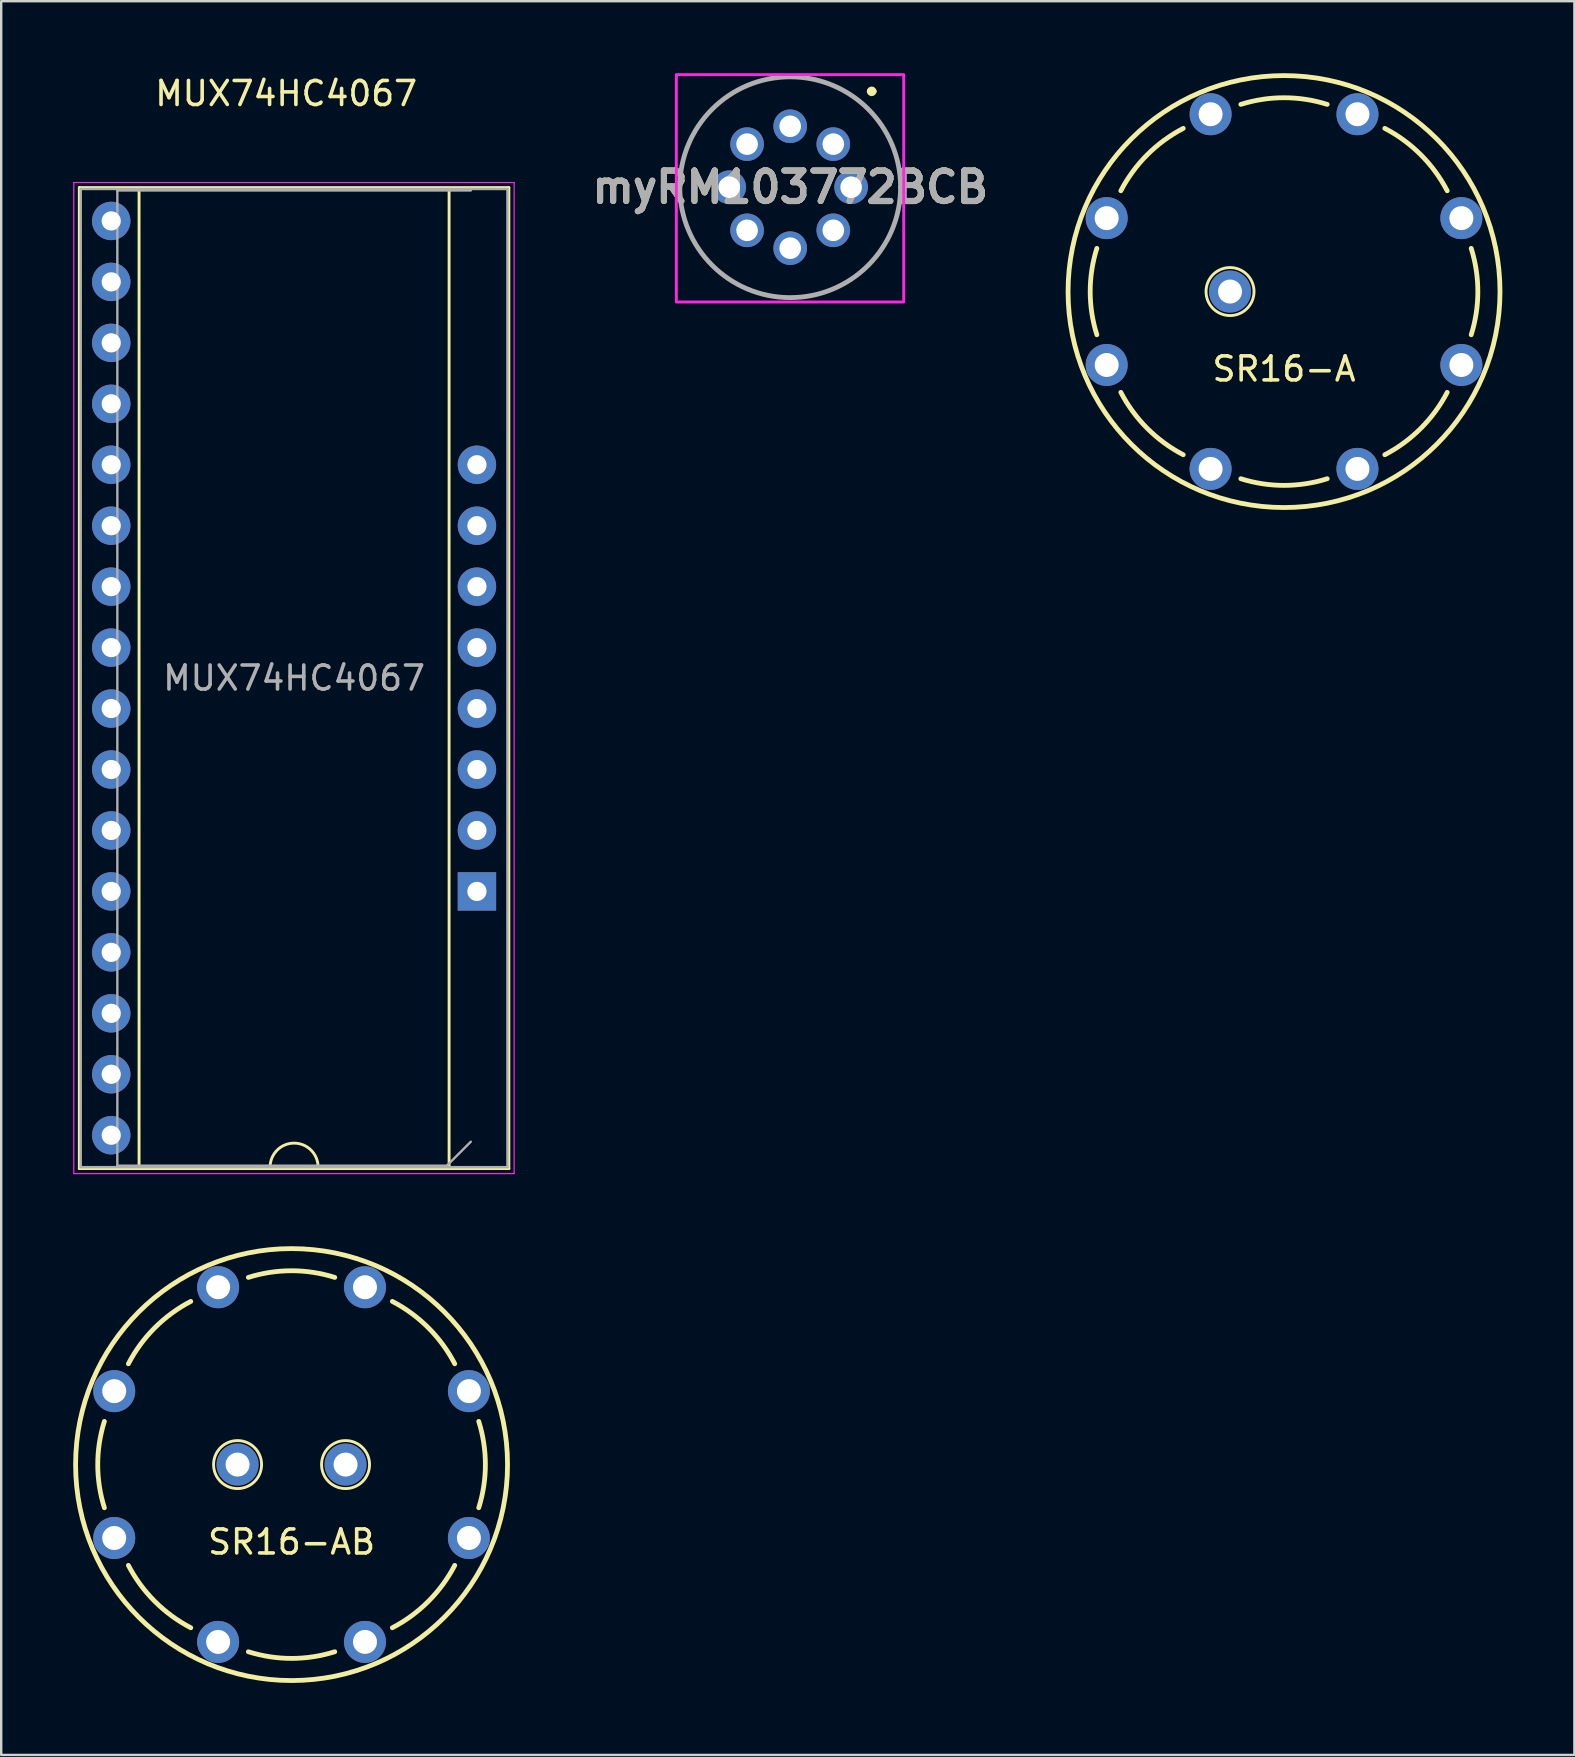
<source format=kicad_pcb>
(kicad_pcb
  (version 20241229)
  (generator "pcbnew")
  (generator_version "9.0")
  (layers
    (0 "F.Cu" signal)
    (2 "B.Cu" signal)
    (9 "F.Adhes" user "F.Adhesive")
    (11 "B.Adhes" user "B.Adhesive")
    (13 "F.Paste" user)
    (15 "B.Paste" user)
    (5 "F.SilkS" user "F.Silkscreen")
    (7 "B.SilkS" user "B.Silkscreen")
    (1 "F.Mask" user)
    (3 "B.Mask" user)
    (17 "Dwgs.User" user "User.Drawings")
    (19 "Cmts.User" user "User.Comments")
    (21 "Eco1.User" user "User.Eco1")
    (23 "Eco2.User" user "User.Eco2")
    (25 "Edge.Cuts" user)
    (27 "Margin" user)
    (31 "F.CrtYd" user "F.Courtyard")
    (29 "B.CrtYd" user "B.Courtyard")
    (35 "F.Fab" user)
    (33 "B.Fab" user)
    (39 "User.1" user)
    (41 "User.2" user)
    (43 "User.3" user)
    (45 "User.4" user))
  (footprint "SR16-A"
    (layer "F.Cu")
    (at 50.458 9.1)
    (property "Reference" "SR16-A" (at 0 3.226 0) (unlocked yes) (layer "F.SilkS") (effects (font (size 1 1) (thickness 0.15))))
    (attr through_hole)
    (fp_arc (start -7.8 1.8) (mid -8.077046 0) (end -7.8 -1.8) (stroke (width 0.2) (type default)) (layer "F.SilkS"))
    (fp_arc (start -6.8 -4.2) (mid -5.700089 -5.700089) (end -4.2 -6.8) (stroke (width 0.2) (type default)) (layer "F.SilkS"))
    (fp_arc (start -4.2 6.8) (mid -5.700089 5.700089) (end -6.8 4.2) (stroke (width 0.2) (type default)) (layer "F.SilkS"))
    (fp_arc (start -1.8 -7.8) (mid 0 -8.077046) (end 1.8 -7.8) (stroke (width 0.2) (type default)) (layer "F.SilkS"))
    (fp_arc (start 1.8 7.8) (mid 0 8.077046) (end -1.8 7.8) (stroke (width 0.2) (type default)) (layer "F.SilkS"))
    (fp_arc (start 4.2 -6.8) (mid 5.700089 -5.700089) (end 6.8 -4.2) (stroke (width 0.2) (type default)) (layer "F.SilkS"))
    (fp_arc (start 6.8 4.2) (mid 5.700089 5.700089) (end 4.2 6.8) (stroke (width 0.2) (type default)) (layer "F.SilkS"))
    (fp_arc (start 7.8 -1.8) (mid 8.077046 0) (end 7.8 1.8) (stroke (width 0.2) (type default)) (layer "F.SilkS"))
    (fp_circle (center -2.25 0) (end -1.25 0) (stroke (width 0.12) (type default)) (fill no) (layer "F.SilkS"))
    (fp_circle (center 0 0) (end 9 0) (stroke (width 0.2) (type default)) (fill no) (layer "F.SilkS"))
    (pad "1" thru_hole circle (at -3.06 7.39) (size 1.75 1.75) (drill 1) (layers "*.Cu" "*.Mask"))
    (pad "2" thru_hole circle (at -7.39 3.06 90) (size 1.75 1.75) (drill 1) (layers "*.Cu" "*.Mask"))
    (pad "3" thru_hole circle (at -7.39 -3.06 90) (size 1.75 1.75) (drill 1) (layers "*.Cu" "*.Mask"))
    (pad "4" thru_hole circle (at -3.06 -7.39) (size 1.75 1.75) (drill 1) (layers "*.Cu" "*.Mask"))
    (pad "5" thru_hole circle (at 3.06 -7.39) (size 1.75 1.75) (drill 1) (layers "*.Cu" "*.Mask"))
    (pad "6" thru_hole circle (at 7.39 -3.06 90) (size 1.75 1.75) (drill 1) (layers "*.Cu" "*.Mask"))
    (pad "7" thru_hole circle (at 7.39 3.06 90) (size 1.75 1.75) (drill 1) (layers "*.Cu" "*.Mask"))
    (pad "8" thru_hole circle (at 3.06 7.39) (size 1.75 1.75) (drill 1) (layers "*.Cu" "*.Mask"))
    (pad "A" thru_hole circle (at -2.25 0 270) (size 1.75 1.75) (drill 1) (layers "*.Cu" "*.Mask")))
  (footprint "myRM103772BCB"
    (layer "F.Cu")
    (at 31.675 2.956)
    (property "Reference" "myRM103772BCB" (at -1.796 1.796 0) (layer "F.SilkS") (effects (font (size 1.27 1.27) (thickness 0.254))))
    (attr through_hole)
    (fp_line (start -6.396 1.796) (end -6.396 1.796) (stroke (width 0.1) (type solid)) (layer "F.SilkS"))
    (fp_line (start 1.5 -2.2) (end 1.5 -2.2) (stroke (width 0.2) (type solid)) (layer "F.SilkS"))
    (fp_line (start 1.7 -2.2) (end 1.7 -2.2) (stroke (width 0.2) (type solid)) (layer "F.SilkS"))
    (fp_line (start 2.804 1.796) (end 2.804 1.796) (stroke (width 0.1) (type solid)) (layer "F.SilkS"))
    (fp_arc (start -6.396 1.796) (mid -1.796 -2.804) (end 2.804 1.796) (stroke (width 0.1) (type solid)) (layer "F.SilkS"))
    (fp_arc (start 1.5 -2.2) (mid 1.6 -2.3) (end 1.7 -2.2) (stroke (width 0.2) (type solid)) (layer "F.SilkS"))
    (fp_arc (start 1.7 -2.2) (mid 1.6 -2.1) (end 1.5 -2.2) (stroke (width 0.2) (type solid)) (layer "F.SilkS"))
    (fp_arc (start 2.804 1.796) (mid -1.796 6.396) (end -6.396 1.796) (stroke (width 0.1) (type solid)) (layer "F.SilkS"))
    (fp_rect (start -6.54 -2.896) (end 2.934 6.579) (stroke (width 0.12) (type default)) (fill no) (layer "F.CrtYd"))
    (fp_line (start -6.396 1.796) (end -6.396 1.796) (stroke (width 0.2) (type solid)) (layer "F.Fab"))
    (fp_line (start 2.804 1.796) (end 2.804 1.796) (stroke (width 0.2) (type solid)) (layer "F.Fab"))
    (fp_arc (start -6.396 1.796) (mid -1.796 -2.804) (end 2.804 1.796) (stroke (width 0.2) (type solid)) (layer "F.Fab"))
    (fp_arc (start 2.804 1.796) (mid -1.796 6.396) (end -6.396 1.796) (stroke (width 0.2) (type solid)) (layer "F.Fab"))
    (fp_text user "${REFERENCE}" (at -1.796 1.796 0) (layer "F.Fab") (effects (font (size 1.27 1.27) (thickness 0.254))))
    (pad "1" thru_hole circle (at 0 0) (size 1.4 1.4) (drill 0.9) (layers "*.Cu" "*.Mask"))
    (pad "2" thru_hole circle (at 0.744 1.796) (size 1.4 1.4) (drill 0.9) (layers "*.Cu" "*.Mask"))
    (pad "3" thru_hole circle (at 0 3.592) (size 1.4 1.4) (drill 0.9) (layers "*.Cu" "*.Mask"))
    (pad "4" thru_hole circle (at -1.796 4.336) (size 1.4 1.4) (drill 0.9) (layers "*.Cu" "*.Mask"))
    (pad "5" thru_hole circle (at -3.592 3.592) (size 1.4 1.4) (drill 0.9) (layers "*.Cu" "*.Mask"))
    (pad "6" thru_hole circle (at -4.336 1.796) (size 1.4 1.4) (drill 0.9) (layers "*.Cu" "*.Mask"))
    (pad "7" thru_hole circle (at -3.592 0) (size 1.4 1.4) (drill 0.9) (layers "*.Cu" "*.Mask"))
    (pad "8" thru_hole circle (at -1.796 -0.744) (size 1.4 1.4) (drill 0.9) (layers "*.Cu" "*.Mask")))
  (footprint "MUX74HC4067"
    (layer "F.Cu")
    (at 8.672 25.029)
    (property "Reference" "MUX74HC4067" (at 0.203 -24.181 0) (unlocked yes) (layer "F.SilkS") (effects (font (size 1 1) (thickness 0.15))))
    (attr through_hole)
    (fp_line (start -8.417 -20.262) (end -8.417 20.618) (stroke (width 0.12) (type solid)) (layer "F.SilkS"))
    (fp_line (start -8.417 20.618) (end 9.483 20.618) (stroke (width 0.12) (type solid)) (layer "F.SilkS"))
    (fp_line (start -5.927 -20.202) (end -5.927 20.558) (stroke (width 0.12) (type solid)) (layer "F.SilkS"))
    (fp_line (start -5.927 20.558) (end -0.467 20.558) (stroke (width 0.12) (type solid)) (layer "F.SilkS"))
    (fp_line (start 1.533 20.558) (end 6.993 20.558) (stroke (width 0.12) (type solid)) (layer "F.SilkS"))
    (fp_line (start 6.993 -20.202) (end -5.927 -20.202) (stroke (width 0.12) (type solid)) (layer "F.SilkS"))
    (fp_line (start 6.993 20.558) (end 6.993 -20.202) (stroke (width 0.12) (type solid)) (layer "F.SilkS"))
    (fp_line (start 9.483 -20.262) (end -8.417 -20.262) (stroke (width 0.12) (type solid)) (layer "F.SilkS"))
    (fp_line (start 9.483 20.618) (end 9.483 -20.262) (stroke (width 0.12) (type solid)) (layer "F.SilkS"))
    (fp_arc (start -0.4666 20.5578) (mid 0.5334 19.5578) (end 1.5334 20.5578) (stroke (width 0.12) (type solid)) (layer "F.SilkS"))
    (fp_line (start -8.647 -20.472) (end -8.647 20.828) (stroke (width 0.05) (type solid)) (layer "F.CrtYd"))
    (fp_line (start -8.647 20.828) (end 9.703 20.828) (stroke (width 0.05) (type solid)) (layer "F.CrtYd"))
    (fp_line (start 9.703 -20.472) (end -8.647 -20.472) (stroke (width 0.05) (type solid)) (layer "F.CrtYd"))
    (fp_line (start 9.703 20.828) (end 9.703 -20.472) (stroke (width 0.05) (type solid)) (layer "F.CrtYd"))
    (fp_line (start -8.357 -20.202) (end -8.357 20.558) (stroke (width 0.1) (type solid)) (layer "F.Fab"))
    (fp_line (start -8.357 20.558) (end 9.423 20.558) (stroke (width 0.1) (type solid)) (layer "F.Fab"))
    (fp_line (start -6.832 -20.142) (end 7.898 -20.142) (stroke (width 0.1) (type solid)) (layer "F.Fab"))
    (fp_line (start -6.832 20.498) (end -6.832 -20.142) (stroke (width 0.1) (type solid)) (layer "F.Fab"))
    (fp_line (start 6.898 20.498) (end -6.832 20.498) (stroke (width 0.1) (type solid)) (layer "F.Fab"))
    (fp_line (start 7.898 19.498) (end 6.898 20.498) (stroke (width 0.1) (type solid)) (layer "F.Fab"))
    (fp_line (start 9.423 -20.202) (end -8.357 -20.202) (stroke (width 0.1) (type solid)) (layer "F.Fab"))
    (fp_line (start 9.423 20.558) (end 9.423 -20.202) (stroke (width 0.1) (type solid)) (layer "F.Fab"))
    (fp_text user "${REFERENCE}" (at 0.533 0.178 180) (layer "F.Fab") (effects (font (size 1 1) (thickness 0.15))))
    (pad "1" thru_hole rect (at 8.153 9.068 180) (size 1.6 1.6) (drill 0.8) (layers "*.Cu" "*.Mask"))
    (pad "2" thru_hole oval (at 8.153 6.528 180) (size 1.6 1.6) (drill 0.8) (layers "*.Cu" "*.Mask"))
    (pad "3" thru_hole oval (at 8.153 3.988 180) (size 1.6 1.6) (drill 0.8) (layers "*.Cu" "*.Mask"))
    (pad "4" thru_hole oval (at 8.153 1.448 180) (size 1.6 1.6) (drill 0.8) (layers "*.Cu" "*.Mask"))
    (pad "5" thru_hole oval (at 8.153 -1.092 180) (size 1.6 1.6) (drill 0.8) (layers "*.Cu" "*.Mask"))
    (pad "6" thru_hole oval (at 8.153 -3.632 180) (size 1.6 1.6) (drill 0.8) (layers "*.Cu" "*.Mask"))
    (pad "7" thru_hole oval (at 8.153 -6.172 180) (size 1.6 1.6) (drill 0.8) (layers "*.Cu" "*.Mask"))
    (pad "8" thru_hole oval (at 8.153 -8.712 180) (size 1.6 1.6) (drill 0.8) (layers "*.Cu" "*.Mask"))
    (pad "9" thru_hole oval (at -7.087 19.228 180) (size 1.6 1.6) (drill 0.8) (layers "*.Cu" "*.Mask"))
    (pad "10" thru_hole oval (at -7.087 16.688 180) (size 1.6 1.6) (drill 0.8) (layers "*.Cu" "*.Mask"))
    (pad "11" thru_hole oval (at -7.087 14.148 180) (size 1.6 1.6) (drill 0.8) (layers "*.Cu" "*.Mask"))
    (pad "12" thru_hole oval (at -7.087 11.608 180) (size 1.6 1.6) (drill 0.8) (layers "*.Cu" "*.Mask"))
    (pad "13" thru_hole oval (at -7.087 9.068 180) (size 1.6 1.6) (drill 0.8) (layers "*.Cu" "*.Mask"))
    (pad "14" thru_hole oval (at -7.087 6.528 180) (size 1.6 1.6) (drill 0.8) (layers "*.Cu" "*.Mask"))
    (pad "15" thru_hole oval (at -7.087 3.988 180) (size 1.6 1.6) (drill 0.8) (layers "*.Cu" "*.Mask"))
    (pad "16" thru_hole oval (at -7.087 1.448 180) (size 1.6 1.6) (drill 0.8) (layers "*.Cu" "*.Mask"))
    (pad "17" thru_hole oval (at -7.087 -1.092 180) (size 1.6 1.6) (drill 0.8) (layers "*.Cu" "*.Mask"))
    (pad "18" thru_hole oval (at -7.087 -3.632 180) (size 1.6 1.6) (drill 0.8) (layers "*.Cu" "*.Mask"))
    (pad "19" thru_hole oval (at -7.087 -6.172 180) (size 1.6 1.6) (drill 0.8) (layers "*.Cu" "*.Mask"))
    (pad "20" thru_hole oval (at -7.087 -8.712 180) (size 1.6 1.6) (drill 0.8) (layers "*.Cu" "*.Mask"))
    (pad "21" thru_hole oval (at -7.087 -11.252 180) (size 1.6 1.6) (drill 0.8) (layers "*.Cu" "*.Mask"))
    (pad "22" thru_hole oval (at -7.087 -13.792 180) (size 1.6 1.6) (drill 0.8) (layers "*.Cu" "*.Mask"))
    (pad "23" thru_hole oval (at -7.087 -16.332 180) (size 1.6 1.6) (drill 0.8) (layers "*.Cu" "*.Mask"))
    (pad "24" thru_hole oval (at -7.087 -18.872 180) (size 1.6 1.6) (drill 0.8) (layers "*.Cu" "*.Mask")))
  (footprint "SR16-AB"
    (layer "F.Cu")
    (at 9.1 57.982)
    (property "Reference" "SR16-AB" (at 0 3.226 0) (unlocked yes) (layer "F.SilkS") (effects (font (size 1 1) (thickness 0.15))))
    (attr through_hole)
    (fp_arc (start -7.8 1.8) (mid -8.077046 0) (end -7.8 -1.8) (stroke (width 0.2) (type default)) (layer "F.SilkS"))
    (fp_arc (start -6.8 -4.2) (mid -5.700089 -5.700089) (end -4.2 -6.8) (stroke (width 0.2) (type default)) (layer "F.SilkS"))
    (fp_arc (start -4.2 6.8) (mid -5.700089 5.700089) (end -6.8 4.2) (stroke (width 0.2) (type default)) (layer "F.SilkS"))
    (fp_arc (start -1.8 -7.8) (mid 0 -8.077046) (end 1.8 -7.8) (stroke (width 0.2) (type default)) (layer "F.SilkS"))
    (fp_arc (start 1.8 7.8) (mid 0 8.077046) (end -1.8 7.8) (stroke (width 0.2) (type default)) (layer "F.SilkS"))
    (fp_arc (start 4.2 -6.8) (mid 5.700089 -5.700089) (end 6.8 -4.2) (stroke (width 0.2) (type default)) (layer "F.SilkS"))
    (fp_arc (start 6.8 4.2) (mid 5.700089 5.700089) (end 4.2 6.8) (stroke (width 0.2) (type default)) (layer "F.SilkS"))
    (fp_arc (start 7.8 -1.8) (mid 8.077046 0) (end 7.8 1.8) (stroke (width 0.2) (type default)) (layer "F.SilkS"))
    (fp_circle (center -2.25 0) (end -1.25 0) (stroke (width 0.12) (type default)) (fill no) (layer "F.SilkS"))
    (fp_circle (center 0 0) (end 9 0) (stroke (width 0.2) (type default)) (fill no) (layer "F.SilkS"))
    (fp_circle (center 2.25 0) (end 3.25 0) (stroke (width 0.12) (type default)) (fill no) (layer "F.SilkS"))
    (pad "1" thru_hole circle (at -3.06 7.39) (size 1.75 1.75) (drill 1) (layers "*.Cu" "*.Mask"))
    (pad "2" thru_hole circle (at -7.39 3.06 90) (size 1.75 1.75) (drill 1) (layers "*.Cu" "*.Mask"))
    (pad "3" thru_hole circle (at -7.39 -3.06 90) (size 1.75 1.75) (drill 1) (layers "*.Cu" "*.Mask"))
    (pad "4" thru_hole circle (at -3.06 -7.39) (size 1.75 1.75) (drill 1) (layers "*.Cu" "*.Mask"))
    (pad "5" thru_hole circle (at 3.06 -7.39) (size 1.75 1.75) (drill 1) (layers "*.Cu" "*.Mask"))
    (pad "6" thru_hole circle (at 7.39 -3.06 90) (size 1.75 1.75) (drill 1) (layers "*.Cu" "*.Mask"))
    (pad "7" thru_hole circle (at 7.39 3.06 90) (size 1.75 1.75) (drill 1) (layers "*.Cu" "*.Mask"))
    (pad "8" thru_hole circle (at 3.06 7.39) (size 1.75 1.75) (drill 1) (layers "*.Cu" "*.Mask"))
    (pad "A" thru_hole circle (at -2.25 0 270) (size 1.75 1.75) (drill 1) (layers "*.Cu" "*.Mask"))
    (pad "B" thru_hole circle (at 2.25 0 270) (size 1.75 1.75) (drill 1) (layers "*.Cu" "*.Mask")))
  (gr_rect
    (start -3 -3)
    (end 62.558 70.082)
    (stroke (width 0.1) (type default))
    (fill no)
    (layer "Edge.Cuts")))
</source>
